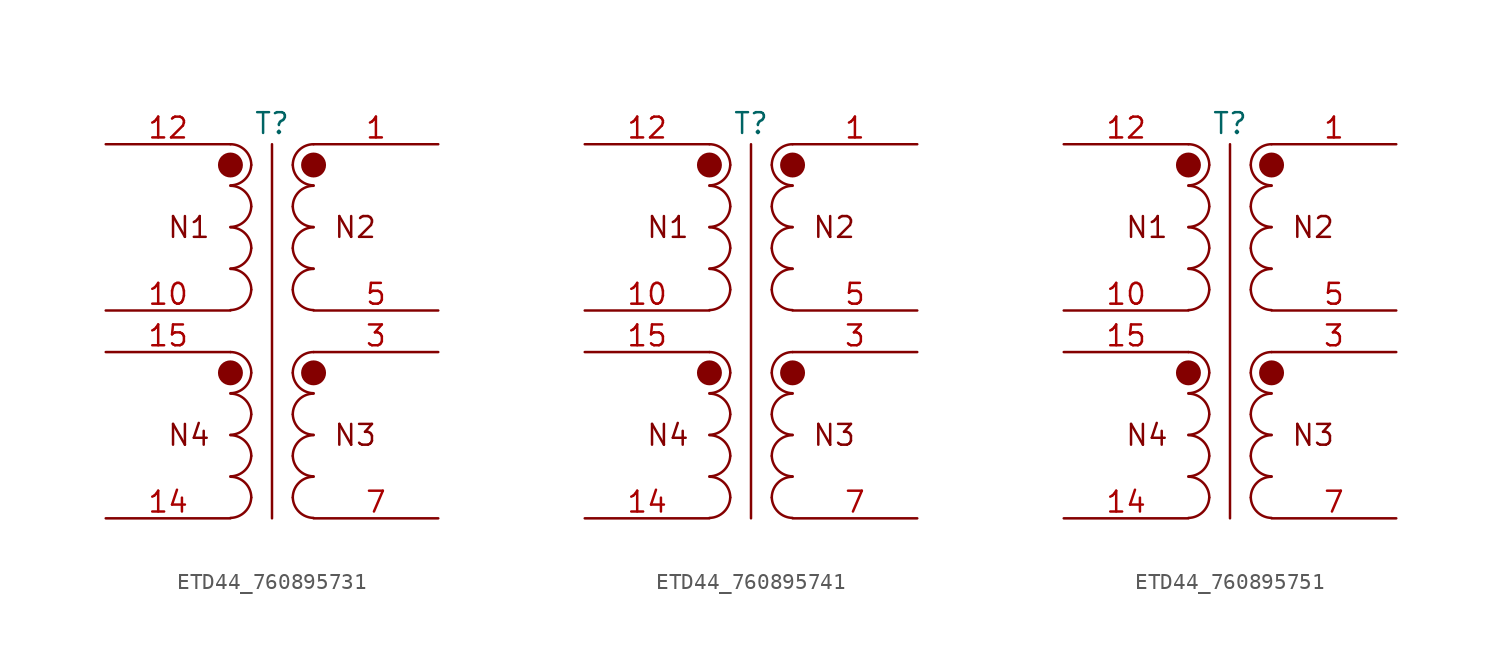
<source format=kicad_sym>
(kicad_symbol_lib
  (version 20220914)
  (generator kicad_symbol_editor)
  (symbol "ETD44_760895731"
    (pin_names hide)
    (property "Reference" "T"
      (at 0 12.7 0)
      (effects (font (size 1.27 1.27))))
    (property "Critical Parameter" ""
      (at 0 -5.08 0)
      (effects (font (size 1.27 1.27)) (justify left)))
    (symbol "ETD44_760895731_0_1"
      (arc (start -2.54 -11.4046) (mid -1.6561 -11.0363) (end -1.27 -10.16) (stroke (width 0) (type default)) (fill (type none)))
      (arc (start -2.54 -8.8646) (mid -1.6561 -8.4963) (end -1.27 -7.62) (stroke (width 0) (type default)) (fill (type none)))
      (arc (start -2.54 -6.3246) (mid -1.6561 -5.9563) (end -1.27 -5.08) (stroke (width 0) (type default)) (fill (type none)))
      (arc (start -2.54 -3.7846) (mid -1.6561 -3.4163) (end -1.27 -2.54) (stroke (width 0) (type default)) (fill (type none)))
      (arc (start -2.54 1.2954) (mid -1.6561 1.6637) (end -1.27 2.54) (stroke (width 0) (type default)) (fill (type none)))
      (arc (start -2.54 3.8354) (mid -1.6561 4.2037) (end -1.27 5.08) (stroke (width 0) (type default)) (fill (type none)))
      (arc (start -2.54 6.3754) (mid -1.6561 6.7437) (end -1.27 7.62) (stroke (width 0) (type default)) (fill (type none)))
      (arc (start -2.54 8.9154) (mid -1.6561 9.2837) (end -1.27 10.16) (stroke (width 0) (type default)) (fill (type none)))
      (arc (start -1.27 -10.16) (mid -1.642 -9.262) (end -2.54 -8.89) (stroke (width 0) (type default)) (fill (type none)))
      (arc (start -1.27 -7.62) (mid -1.642 -6.722) (end -2.54 -6.35) (stroke (width 0) (type default)) (fill (type none)))
      (arc (start -1.27 -5.08) (mid -1.642 -4.182) (end -2.54 -3.81) (stroke (width 0) (type default)) (fill (type none)))
      (arc (start -1.27 -2.54) (mid -1.642 -1.642) (end -2.54 -1.27) (stroke (width 0) (type default)) (fill (type none)))
      (arc (start -1.27 2.54) (mid -1.642 3.438) (end -2.54 3.81) (stroke (width 0) (type default)) (fill (type none)))
      (arc (start -1.27 5.08) (mid -1.642 5.978) (end -2.54 6.35) (stroke (width 0) (type default)) (fill (type none)))
      (arc (start -1.27 7.62) (mid -1.642 8.518) (end -2.54 8.89) (stroke (width 0) (type default)) (fill (type none)))
      (arc (start -1.27 10.16) (mid -1.642 11.058) (end -2.54 11.43) (stroke (width 0) (type default)) (fill (type none)))
      (polyline (pts (xy 0 -11.43) (xy 0 11.43)) (stroke (width 0) (type default)) (fill (type none)))
      (arc (start 1.27 -10.16) (mid 1.6561 -11.0363) (end 2.54 -11.4046) (stroke (width 0) (type default)) (fill (type none)))
      (arc (start 1.27 -7.62) (mid 1.6561 -8.4963) (end 2.54 -8.8646) (stroke (width 0) (type default)) (fill (type none)))
      (arc (start 1.27 -5.08) (mid 1.6561 -5.9563) (end 2.54 -6.3246) (stroke (width 0) (type default)) (fill (type none)))
      (arc (start 1.27 -2.54) (mid 1.6561 -3.4163) (end 2.54 -3.7846) (stroke (width 0) (type default)) (fill (type none)))
      (arc (start 1.27 2.54) (mid 1.6561 1.6637) (end 2.54 1.2954) (stroke (width 0) (type default)) (fill (type none)))
      (arc (start 1.27 5.08) (mid 1.6561 4.2037) (end 2.54 3.8354) (stroke (width 0) (type default)) (fill (type none)))
      (arc (start 1.27 7.62) (mid 1.6561 6.7437) (end 2.54 6.3754) (stroke (width 0) (type default)) (fill (type none)))
      (arc (start 1.27 10.16) (mid 1.6561 9.2837) (end 2.54 8.9154) (stroke (width 0) (type default)) (fill (type none)))
      (arc (start 2.54 -8.89) (mid 1.642 -9.262) (end 1.27 -10.16) (stroke (width 0) (type default)) (fill (type none)))
      (arc (start 2.54 -6.35) (mid 1.642 -6.722) (end 1.27 -7.62) (stroke (width 0) (type default)) (fill (type none)))
      (arc (start 2.54 -3.81) (mid 1.642 -4.182) (end 1.27 -5.08) (stroke (width 0) (type default)) (fill (type none)))
      (arc (start 2.54 -1.27) (mid 1.642 -1.642) (end 1.27 -2.54) (stroke (width 0) (type default)) (fill (type none)))
      (arc (start 2.54 3.81) (mid 1.642 3.438) (end 1.27 2.54) (stroke (width 0) (type default)) (fill (type none)))
      (arc (start 2.54 6.35) (mid 1.642 5.978) (end 1.27 5.08) (stroke (width 0) (type default)) (fill (type none)))
      (arc (start 2.54 8.89) (mid 1.642 8.518) (end 1.27 7.62) (stroke (width 0) (type default)) (fill (type none)))
      (arc (start 2.54 11.43) (mid 1.642 11.058) (end 1.27 10.16) (stroke (width 0) (type default)) (fill (type none))))
    (symbol "ETD44_760895731_1_1"
      (circle (center -2.54 -2.54) (radius 0.0001) (stroke (width 0.762) (type default)) (fill (type none)))
      (circle (center -2.54 10.16) (radius 0.0001) (stroke (width 0.762) (type default)) (fill (type none)))
      (circle (center 2.54 -2.54) (radius 0.0001) (stroke (width 0.762) (type default)) (fill (type none)))
      (circle (center 2.54 10.16) (radius 0.0001) (stroke (width 0.762) (type default)) (fill (type none)))
      (text "N1" (at -5.08 6.35 0) (effects (font (size 1.27 1.27))))
      (text "N2" (at 5.08 6.35 0) (effects (font (size 1.27 1.27))))
      (text "N3" (at 5.08 -6.35 0) (effects (font (size 1.27 1.27))))
      (text "N4" (at -5.08 -6.35 0) (effects (font (size 1.27 1.27))))
      (pin passive line (at 10.16 11.43 180) (length 7.62) (name "1" (effects (font (size 1.27 1.27)))) (number "1" (effects (font (size 1.27 1.27)))))
      (pin passive line (at -10.16 1.27 0) (length 7.62) (name "10" (effects (font (size 1.27 1.27)))) (number "10" (effects (font (size 1.27 1.27)))))
      (pin passive line (at -10.16 11.43 0) (length 7.62) (name "12" (effects (font (size 1.27 1.27)))) (number "12" (effects (font (size 1.27 1.27)))))
      (pin passive line (at -10.16 -11.43 0) (length 7.62) (name "14" (effects (font (size 1.27 1.27)))) (number "14" (effects (font (size 1.27 1.27)))))
      (pin passive line (at -10.16 -1.27 0) (length 7.62) (name "15" (effects (font (size 1.27 1.27)))) (number "15" (effects (font (size 1.27 1.27)))))
      (pin passive line (at 10.16 11.43 180) (length 7.62) hide (name "2" (effects (font (size 1.27 1.27)))) (number "2" (effects (font (size 1.27 1.27)))))
      (pin passive line (at 10.16 -1.27 180) (length 7.62) (name "3" (effects (font (size 1.27 1.27)))) (number "3" (effects (font (size 1.27 1.27)))))
      (pin passive line (at 10.16 -1.27 180) (length 7.62) hide (name "4" (effects (font (size 1.27 1.27)))) (number "4" (effects (font (size 1.27 1.27)))))
      (pin passive line (at 10.16 1.27 180) (length 7.62) (name "5" (effects (font (size 1.27 1.27)))) (number "5" (effects (font (size 1.27 1.27)))))
      (pin passive line (at 10.16 1.27 180) (length 7.62) hide (name "6" (effects (font (size 1.27 1.27)))) (number "6" (effects (font (size 1.27 1.27)))))
      (pin passive line (at 10.16 -11.43 180) (length 7.62) (name "7" (effects (font (size 1.27 1.27)))) (number "7" (effects (font (size 1.27 1.27)))))
      (pin passive line (at 10.16 -11.43 180) (length 7.62) hide (name "8" (effects (font (size 1.27 1.27)))) (number "8" (effects (font (size 1.27 1.27)))))))
  (symbol "ETD44_760895741"
    (pin_names hide)
    (property "Reference" "T"
      (at 0 12.7 0)
      (effects (font (size 1.27 1.27))))
    (property "Critical Parameter" ""
      (at 0 -5.08 0)
      (effects (font (size 1.27 1.27)) (justify left)))
    (symbol "ETD44_760895741_0_1"
      (arc (start -2.54 -11.4046) (mid -1.6561 -11.0363) (end -1.27 -10.16) (stroke (width 0) (type default)) (fill (type none)))
      (arc (start -2.54 -8.8646) (mid -1.6561 -8.4963) (end -1.27 -7.62) (stroke (width 0) (type default)) (fill (type none)))
      (arc (start -2.54 -6.3246) (mid -1.6561 -5.9563) (end -1.27 -5.08) (stroke (width 0) (type default)) (fill (type none)))
      (arc (start -2.54 -3.7846) (mid -1.6561 -3.4163) (end -1.27 -2.54) (stroke (width 0) (type default)) (fill (type none)))
      (arc (start -2.54 1.2954) (mid -1.6561 1.6637) (end -1.27 2.54) (stroke (width 0) (type default)) (fill (type none)))
      (arc (start -2.54 3.8354) (mid -1.6561 4.2037) (end -1.27 5.08) (stroke (width 0) (type default)) (fill (type none)))
      (arc (start -2.54 6.3754) (mid -1.6561 6.7437) (end -1.27 7.62) (stroke (width 0) (type default)) (fill (type none)))
      (arc (start -2.54 8.9154) (mid -1.6561 9.2837) (end -1.27 10.16) (stroke (width 0) (type default)) (fill (type none)))
      (arc (start -1.27 -10.16) (mid -1.642 -9.262) (end -2.54 -8.89) (stroke (width 0) (type default)) (fill (type none)))
      (arc (start -1.27 -7.62) (mid -1.642 -6.722) (end -2.54 -6.35) (stroke (width 0) (type default)) (fill (type none)))
      (arc (start -1.27 -5.08) (mid -1.642 -4.182) (end -2.54 -3.81) (stroke (width 0) (type default)) (fill (type none)))
      (arc (start -1.27 -2.54) (mid -1.642 -1.642) (end -2.54 -1.27) (stroke (width 0) (type default)) (fill (type none)))
      (arc (start -1.27 2.54) (mid -1.642 3.438) (end -2.54 3.81) (stroke (width 0) (type default)) (fill (type none)))
      (arc (start -1.27 5.08) (mid -1.642 5.978) (end -2.54 6.35) (stroke (width 0) (type default)) (fill (type none)))
      (arc (start -1.27 7.62) (mid -1.642 8.518) (end -2.54 8.89) (stroke (width 0) (type default)) (fill (type none)))
      (arc (start -1.27 10.16) (mid -1.642 11.058) (end -2.54 11.43) (stroke (width 0) (type default)) (fill (type none)))
      (polyline (pts (xy 0 -11.43) (xy 0 11.43)) (stroke (width 0) (type default)) (fill (type none)))
      (arc (start 1.27 -10.16) (mid 1.6561 -11.0363) (end 2.54 -11.4046) (stroke (width 0) (type default)) (fill (type none)))
      (arc (start 1.27 -7.62) (mid 1.6561 -8.4963) (end 2.54 -8.8646) (stroke (width 0) (type default)) (fill (type none)))
      (arc (start 1.27 -5.08) (mid 1.6561 -5.9563) (end 2.54 -6.3246) (stroke (width 0) (type default)) (fill (type none)))
      (arc (start 1.27 -2.54) (mid 1.6561 -3.4163) (end 2.54 -3.7846) (stroke (width 0) (type default)) (fill (type none)))
      (arc (start 1.27 2.54) (mid 1.6561 1.6637) (end 2.54 1.2954) (stroke (width 0) (type default)) (fill (type none)))
      (arc (start 1.27 5.08) (mid 1.6561 4.2037) (end 2.54 3.8354) (stroke (width 0) (type default)) (fill (type none)))
      (arc (start 1.27 7.62) (mid 1.6561 6.7437) (end 2.54 6.3754) (stroke (width 0) (type default)) (fill (type none)))
      (arc (start 1.27 10.16) (mid 1.6561 9.2837) (end 2.54 8.9154) (stroke (width 0) (type default)) (fill (type none)))
      (arc (start 2.54 -8.89) (mid 1.642 -9.262) (end 1.27 -10.16) (stroke (width 0) (type default)) (fill (type none)))
      (arc (start 2.54 -6.35) (mid 1.642 -6.722) (end 1.27 -7.62) (stroke (width 0) (type default)) (fill (type none)))
      (arc (start 2.54 -3.81) (mid 1.642 -4.182) (end 1.27 -5.08) (stroke (width 0) (type default)) (fill (type none)))
      (arc (start 2.54 -1.27) (mid 1.642 -1.642) (end 1.27 -2.54) (stroke (width 0) (type default)) (fill (type none)))
      (arc (start 2.54 3.81) (mid 1.642 3.438) (end 1.27 2.54) (stroke (width 0) (type default)) (fill (type none)))
      (arc (start 2.54 6.35) (mid 1.642 5.978) (end 1.27 5.08) (stroke (width 0) (type default)) (fill (type none)))
      (arc (start 2.54 8.89) (mid 1.642 8.518) (end 1.27 7.62) (stroke (width 0) (type default)) (fill (type none)))
      (arc (start 2.54 11.43) (mid 1.642 11.058) (end 1.27 10.16) (stroke (width 0) (type default)) (fill (type none))))
    (symbol "ETD44_760895741_1_1"
      (circle (center -2.54 -2.54) (radius 0.0001) (stroke (width 0.762) (type default)) (fill (type none)))
      (circle (center -2.54 10.16) (radius 0.0001) (stroke (width 0.762) (type default)) (fill (type none)))
      (circle (center 2.54 -2.54) (radius 0.0001) (stroke (width 0.762) (type default)) (fill (type none)))
      (circle (center 2.54 10.16) (radius 0.0001) (stroke (width 0.762) (type default)) (fill (type none)))
      (text "N1" (at -5.08 6.35 0) (effects (font (size 1.27 1.27))))
      (text "N2" (at 5.08 6.35 0) (effects (font (size 1.27 1.27))))
      (text "N3" (at 5.08 -6.35 0) (effects (font (size 1.27 1.27))))
      (text "N4" (at -5.08 -6.35 0) (effects (font (size 1.27 1.27))))
      (pin passive line (at 10.16 11.43 180) (length 7.62) (name "1" (effects (font (size 1.27 1.27)))) (number "1" (effects (font (size 1.27 1.27)))))
      (pin passive line (at -10.16 1.27 0) (length 7.62) (name "10" (effects (font (size 1.27 1.27)))) (number "10" (effects (font (size 1.27 1.27)))))
      (pin passive line (at -10.16 11.43 0) (length 7.62) (name "12" (effects (font (size 1.27 1.27)))) (number "12" (effects (font (size 1.27 1.27)))))
      (pin passive line (at -10.16 -11.43 0) (length 7.62) (name "14" (effects (font (size 1.27 1.27)))) (number "14" (effects (font (size 1.27 1.27)))))
      (pin passive line (at -10.16 -1.27 0) (length 7.62) (name "15" (effects (font (size 1.27 1.27)))) (number "15" (effects (font (size 1.27 1.27)))))
      (pin passive line (at 10.16 11.43 180) (length 7.62) hide (name "2" (effects (font (size 1.27 1.27)))) (number "2" (effects (font (size 1.27 1.27)))))
      (pin passive line (at 10.16 -1.27 180) (length 7.62) (name "3" (effects (font (size 1.27 1.27)))) (number "3" (effects (font (size 1.27 1.27)))))
      (pin passive line (at 10.16 -1.27 180) (length 7.62) hide (name "4" (effects (font (size 1.27 1.27)))) (number "4" (effects (font (size 1.27 1.27)))))
      (pin passive line (at 10.16 1.27 180) (length 7.62) (name "5" (effects (font (size 1.27 1.27)))) (number "5" (effects (font (size 1.27 1.27)))))
      (pin passive line (at 10.16 1.27 180) (length 7.62) hide (name "6" (effects (font (size 1.27 1.27)))) (number "6" (effects (font (size 1.27 1.27)))))
      (pin passive line (at 10.16 -11.43 180) (length 7.62) (name "7" (effects (font (size 1.27 1.27)))) (number "7" (effects (font (size 1.27 1.27)))))
      (pin passive line (at 10.16 -11.43 180) (length 7.62) hide (name "8" (effects (font (size 1.27 1.27)))) (number "8" (effects (font (size 1.27 1.27)))))))
  (symbol "ETD44_760895751"
    (pin_names hide)
    (property "Reference" "T"
      (at 0 12.7 0)
      (effects (font (size 1.27 1.27))))
    (property "Critical Parameter" ""
      (at 0 -5.08 0)
      (effects (font (size 1.27 1.27)) (justify left)))
    (symbol "ETD44_760895751_0_1"
      (arc (start -2.54 -11.4046) (mid -1.6561 -11.0363) (end -1.27 -10.16) (stroke (width 0) (type default)) (fill (type none)))
      (arc (start -2.54 -8.8646) (mid -1.6561 -8.4963) (end -1.27 -7.62) (stroke (width 0) (type default)) (fill (type none)))
      (arc (start -2.54 -6.3246) (mid -1.6561 -5.9563) (end -1.27 -5.08) (stroke (width 0) (type default)) (fill (type none)))
      (arc (start -2.54 -3.7846) (mid -1.6561 -3.4163) (end -1.27 -2.54) (stroke (width 0) (type default)) (fill (type none)))
      (arc (start -2.54 1.2954) (mid -1.6561 1.6637) (end -1.27 2.54) (stroke (width 0) (type default)) (fill (type none)))
      (arc (start -2.54 3.8354) (mid -1.6561 4.2037) (end -1.27 5.08) (stroke (width 0) (type default)) (fill (type none)))
      (arc (start -2.54 6.3754) (mid -1.6561 6.7437) (end -1.27 7.62) (stroke (width 0) (type default)) (fill (type none)))
      (arc (start -2.54 8.9154) (mid -1.6561 9.2837) (end -1.27 10.16) (stroke (width 0) (type default)) (fill (type none)))
      (arc (start -1.27 -10.16) (mid -1.642 -9.262) (end -2.54 -8.89) (stroke (width 0) (type default)) (fill (type none)))
      (arc (start -1.27 -7.62) (mid -1.642 -6.722) (end -2.54 -6.35) (stroke (width 0) (type default)) (fill (type none)))
      (arc (start -1.27 -5.08) (mid -1.642 -4.182) (end -2.54 -3.81) (stroke (width 0) (type default)) (fill (type none)))
      (arc (start -1.27 -2.54) (mid -1.642 -1.642) (end -2.54 -1.27) (stroke (width 0) (type default)) (fill (type none)))
      (arc (start -1.27 2.54) (mid -1.642 3.438) (end -2.54 3.81) (stroke (width 0) (type default)) (fill (type none)))
      (arc (start -1.27 5.08) (mid -1.642 5.978) (end -2.54 6.35) (stroke (width 0) (type default)) (fill (type none)))
      (arc (start -1.27 7.62) (mid -1.642 8.518) (end -2.54 8.89) (stroke (width 0) (type default)) (fill (type none)))
      (arc (start -1.27 10.16) (mid -1.642 11.058) (end -2.54 11.43) (stroke (width 0) (type default)) (fill (type none)))
      (polyline (pts (xy 0 -11.43) (xy 0 11.43)) (stroke (width 0) (type default)) (fill (type none)))
      (arc (start 1.27 -10.16) (mid 1.6561 -11.0363) (end 2.54 -11.4046) (stroke (width 0) (type default)) (fill (type none)))
      (arc (start 1.27 -7.62) (mid 1.6561 -8.4963) (end 2.54 -8.8646) (stroke (width 0) (type default)) (fill (type none)))
      (arc (start 1.27 -5.08) (mid 1.6561 -5.9563) (end 2.54 -6.3246) (stroke (width 0) (type default)) (fill (type none)))
      (arc (start 1.27 -2.54) (mid 1.6561 -3.4163) (end 2.54 -3.7846) (stroke (width 0) (type default)) (fill (type none)))
      (arc (start 1.27 2.54) (mid 1.6561 1.6637) (end 2.54 1.2954) (stroke (width 0) (type default)) (fill (type none)))
      (arc (start 1.27 5.08) (mid 1.6561 4.2037) (end 2.54 3.8354) (stroke (width 0) (type default)) (fill (type none)))
      (arc (start 1.27 7.62) (mid 1.6561 6.7437) (end 2.54 6.3754) (stroke (width 0) (type default)) (fill (type none)))
      (arc (start 1.27 10.16) (mid 1.6561 9.2837) (end 2.54 8.9154) (stroke (width 0) (type default)) (fill (type none)))
      (arc (start 2.54 -8.89) (mid 1.642 -9.262) (end 1.27 -10.16) (stroke (width 0) (type default)) (fill (type none)))
      (arc (start 2.54 -6.35) (mid 1.642 -6.722) (end 1.27 -7.62) (stroke (width 0) (type default)) (fill (type none)))
      (arc (start 2.54 -3.81) (mid 1.642 -4.182) (end 1.27 -5.08) (stroke (width 0) (type default)) (fill (type none)))
      (arc (start 2.54 -1.27) (mid 1.642 -1.642) (end 1.27 -2.54) (stroke (width 0) (type default)) (fill (type none)))
      (arc (start 2.54 3.81) (mid 1.642 3.438) (end 1.27 2.54) (stroke (width 0) (type default)) (fill (type none)))
      (arc (start 2.54 6.35) (mid 1.642 5.978) (end 1.27 5.08) (stroke (width 0) (type default)) (fill (type none)))
      (arc (start 2.54 8.89) (mid 1.642 8.518) (end 1.27 7.62) (stroke (width 0) (type default)) (fill (type none)))
      (arc (start 2.54 11.43) (mid 1.642 11.058) (end 1.27 10.16) (stroke (width 0) (type default)) (fill (type none))))
    (symbol "ETD44_760895751_1_1"
      (circle (center -2.54 -2.54) (radius 0.0001) (stroke (width 0.762) (type default)) (fill (type none)))
      (circle (center -2.54 10.16) (radius 0.0001) (stroke (width 0.762) (type default)) (fill (type none)))
      (circle (center 2.54 -2.54) (radius 0.0001) (stroke (width 0.762) (type default)) (fill (type none)))
      (circle (center 2.54 10.16) (radius 0.0001) (stroke (width 0.762) (type default)) (fill (type none)))
      (text "N1" (at -5.08 6.35 0) (effects (font (size 1.27 1.27))))
      (text "N2" (at 5.08 6.35 0) (effects (font (size 1.27 1.27))))
      (text "N3" (at 5.08 -6.35 0) (effects (font (size 1.27 1.27))))
      (text "N4" (at -5.08 -6.35 0) (effects (font (size 1.27 1.27))))
      (pin passive line (at 10.16 11.43 180) (length 7.62) (name "1" (effects (font (size 1.27 1.27)))) (number "1" (effects (font (size 1.27 1.27)))))
      (pin passive line (at -10.16 1.27 0) (length 7.62) (name "10" (effects (font (size 1.27 1.27)))) (number "10" (effects (font (size 1.27 1.27)))))
      (pin passive line (at -10.16 11.43 0) (length 7.62) (name "12" (effects (font (size 1.27 1.27)))) (number "12" (effects (font (size 1.27 1.27)))))
      (pin passive line (at -10.16 -11.43 0) (length 7.62) (name "14" (effects (font (size 1.27 1.27)))) (number "14" (effects (font (size 1.27 1.27)))))
      (pin passive line (at -10.16 -1.27 0) (length 7.62) (name "15" (effects (font (size 1.27 1.27)))) (number "15" (effects (font (size 1.27 1.27)))))
      (pin passive line (at 10.16 11.43 180) (length 7.62) hide (name "2" (effects (font (size 1.27 1.27)))) (number "2" (effects (font (size 1.27 1.27)))))
      (pin passive line (at 10.16 -1.27 180) (length 7.62) (name "3" (effects (font (size 1.27 1.27)))) (number "3" (effects (font (size 1.27 1.27)))))
      (pin passive line (at 10.16 -1.27 180) (length 7.62) hide (name "4" (effects (font (size 1.27 1.27)))) (number "4" (effects (font (size 1.27 1.27)))))
      (pin passive line (at 10.16 1.27 180) (length 7.62) (name "5" (effects (font (size 1.27 1.27)))) (number "5" (effects (font (size 1.27 1.27)))))
      (pin passive line (at 10.16 1.27 180) (length 7.62) hide (name "6" (effects (font (size 1.27 1.27)))) (number "6" (effects (font (size 1.27 1.27)))))
      (pin passive line (at 10.16 -11.43 180) (length 7.62) (name "7" (effects (font (size 1.27 1.27)))) (number "7" (effects (font (size 1.27 1.27)))))
      (pin passive line (at 10.16 -11.43 180) (length 7.62) hide (name "8" (effects (font (size 1.27 1.27)))) (number "8" (effects (font (size 1.27 1.27))))))))
</source>
